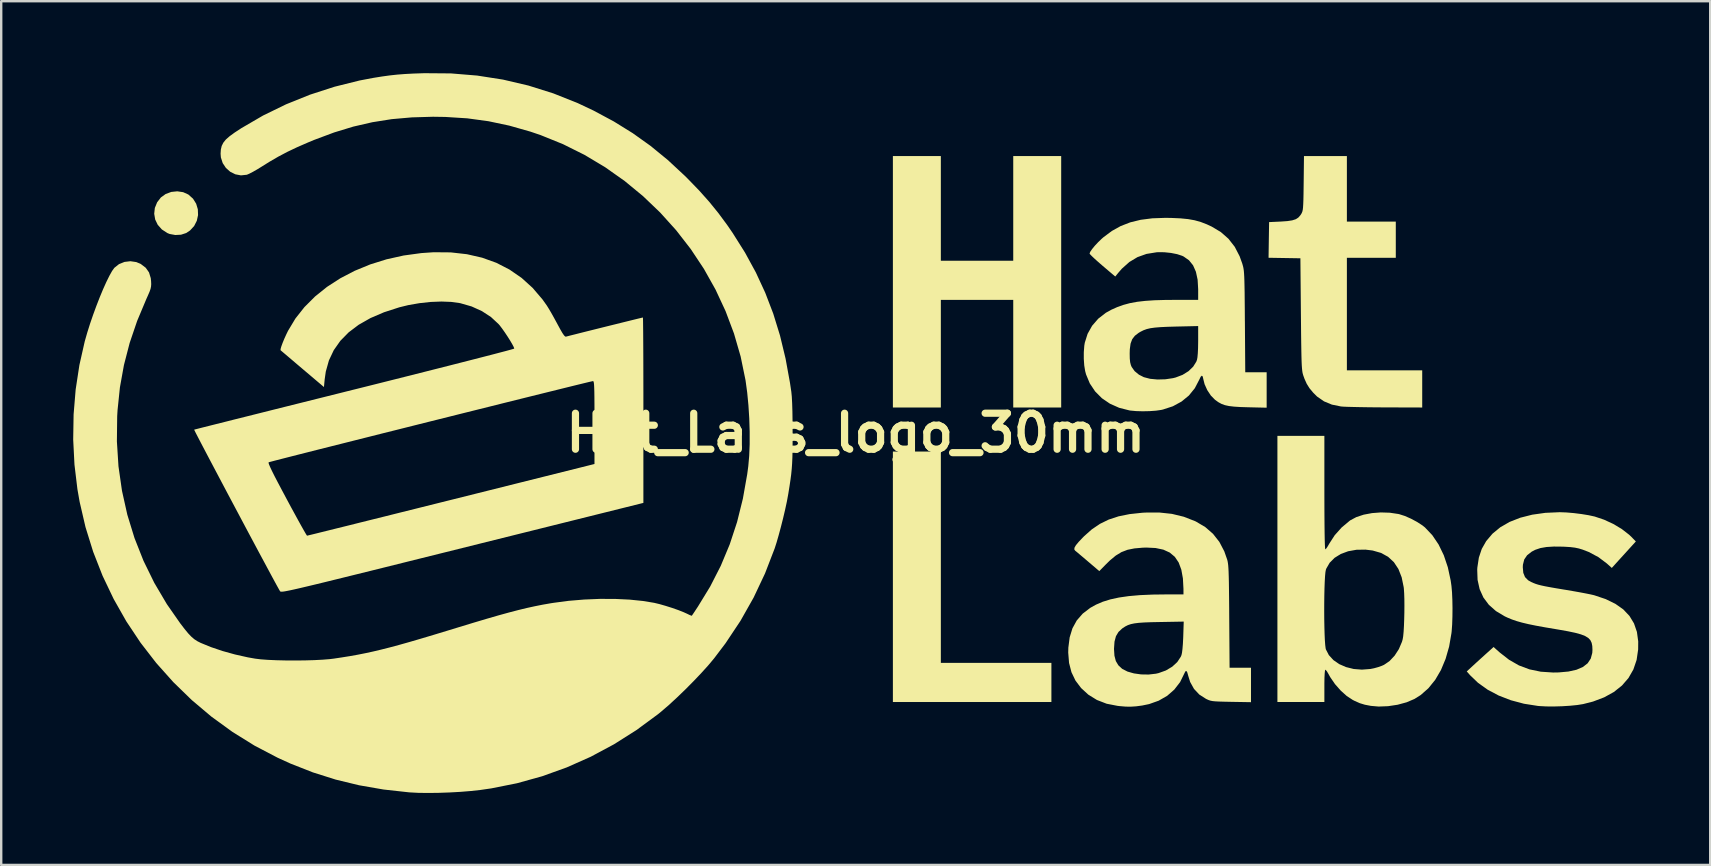
<source format=kicad_pcb>
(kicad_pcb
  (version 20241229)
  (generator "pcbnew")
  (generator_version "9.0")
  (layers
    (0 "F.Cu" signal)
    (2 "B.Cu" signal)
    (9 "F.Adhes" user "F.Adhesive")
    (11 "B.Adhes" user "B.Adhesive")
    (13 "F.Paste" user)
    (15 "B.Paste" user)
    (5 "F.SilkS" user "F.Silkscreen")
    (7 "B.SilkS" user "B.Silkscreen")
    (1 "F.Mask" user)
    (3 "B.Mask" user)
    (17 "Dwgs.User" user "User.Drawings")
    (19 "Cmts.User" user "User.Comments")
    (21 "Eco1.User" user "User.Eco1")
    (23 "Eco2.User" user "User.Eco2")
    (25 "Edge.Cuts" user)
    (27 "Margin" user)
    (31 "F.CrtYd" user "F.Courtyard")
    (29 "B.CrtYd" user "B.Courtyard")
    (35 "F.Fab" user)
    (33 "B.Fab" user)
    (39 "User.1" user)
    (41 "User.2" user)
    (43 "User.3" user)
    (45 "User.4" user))
  (footprint "Hat_Labs_logo_30mm"
    (layer "F.Cu")
    (at 32.608 14.991)
    (property "Reference" "Hat_Labs_logo_30mm" (at 0 0 0) (layer "F.SilkS") (effects (font (size 1.5 1.5) (thickness 0.3))))
    (attr board_only exclude_from_pos_files exclude_from_bom)
    (fp_poly (pts (xy 3.547 5.178) (xy 3.547 9.581) (xy 5.851 9.581) (xy 8.154 9.581) (xy 8.154 10.396) (xy 8.154 11.212) (xy 4.852 11.212) (xy 1.549 11.212) (xy 1.549 5.993) (xy 1.549 0.775) (xy 2.548 0.775) (xy 3.547 0.775)) (stroke (width 0) (type solid)) (fill yes) (layer "F.SilkS"))
    (fp_poly (pts (xy -28.026 -10.033) (xy -27.809 -9.935) (xy -27.615 -9.762) (xy -27.484 -9.552) (xy -27.414 -9.32) (xy -27.405 -9.078) (xy -27.457 -8.841) (xy -27.568 -8.623) (xy -27.738 -8.438) (xy -27.901 -8.33) (xy -28.114 -8.261) (xy -28.353 -8.248) (xy -28.588 -8.291) (xy -28.682 -8.329) (xy -28.913 -8.479) (xy -29.084 -8.671) (xy -29.191 -8.893) (xy -29.232 -9.133) (xy -29.206 -9.376) (xy -29.11 -9.611) (xy -28.954 -9.813) (xy -28.756 -9.956) (xy -28.522 -10.043) (xy -28.271 -10.069)) (stroke (width 0) (type solid)) (fill yes) (layer "F.SilkS"))
    (fp_poly (pts (xy 3.547 -9.357) (xy 3.547 -7.176) (xy 5.056 -7.176) (xy 6.564 -7.176) (xy 6.564 -9.357) (xy 6.564 -11.538) (xy 7.563 -11.538) (xy 8.562 -11.538) (xy 8.562 -6.299) (xy 8.562 -1.06) (xy 7.563 -1.06) (xy 6.564 -1.06) (xy 6.564 -3.302) (xy 6.564 -5.545) (xy 5.056 -5.545) (xy 3.547 -5.545) (xy 3.547 -3.302) (xy 3.547 -1.06) (xy 2.548 -1.06) (xy 1.549 -1.06) (xy 1.549 -6.299) (xy 1.549 -11.538) (xy 2.548 -11.538) (xy 3.547 -11.538)) (stroke (width 0) (type solid)) (fill yes) (layer "F.SilkS"))
    (fp_poly (pts (xy 20.467 -10.172) (xy 20.467 -8.806) (xy 21.486 -8.806) (xy 22.505 -8.806) (xy 22.505 -8.052) (xy 22.505 -7.298) (xy 21.486 -7.298) (xy 20.467 -7.298) (xy 20.467 -4.954) (xy 20.467 -2.609) (xy 22.036 -2.609) (xy 23.606 -2.609) (xy 23.606 -1.835) (xy 23.606 -1.06) (xy 22.047 -1.065) (xy 21.686 -1.067) (xy 21.34 -1.071) (xy 21.021 -1.076) (xy 20.739 -1.082) (xy 20.505 -1.088) (xy 20.33 -1.095) (xy 20.225 -1.103) (xy 20.222 -1.103) (xy 19.841 -1.181) (xy 19.513 -1.317) (xy 19.226 -1.516) (xy 19.062 -1.679) (xy 18.909 -1.863) (xy 18.795 -2.045) (xy 18.701 -2.254) (xy 18.647 -2.405) (xy 18.631 -2.459) (xy 18.617 -2.521) (xy 18.606 -2.597) (xy 18.596 -2.695) (xy 18.587 -2.821) (xy 18.58 -2.982) (xy 18.574 -3.186) (xy 18.569 -3.438) (xy 18.564 -3.746) (xy 18.559 -4.117) (xy 18.555 -4.556) (xy 18.551 -4.954) (xy 18.53 -7.278) (xy 17.867 -7.289) (xy 17.203 -7.3) (xy 17.214 -8.043) (xy 17.226 -8.786) (xy 17.719 -8.809) (xy 17.986 -8.828) (xy 18.186 -8.858) (xy 18.334 -8.905) (xy 18.444 -8.975) (xy 18.531 -9.074) (xy 18.57 -9.134) (xy 18.594 -9.181) (xy 18.614 -9.234) (xy 18.629 -9.304) (xy 18.64 -9.401) (xy 18.648 -9.535) (xy 18.655 -9.716) (xy 18.66 -9.954) (xy 18.664 -10.26) (xy 18.666 -10.407) (xy 18.679 -11.538) (xy 19.573 -11.538) (xy 20.467 -11.538)) (stroke (width 0) (type solid)) (fill yes) (layer "F.SilkS"))
    (fp_poly (pts (xy 19.529 2.487) (xy 19.53 2.993) (xy 19.532 3.447) (xy 19.535 3.845) (xy 19.539 4.183) (xy 19.544 4.457) (xy 19.55 4.662) (xy 19.558 4.794) (xy 19.566 4.85) (xy 19.567 4.852) (xy 19.605 4.818) (xy 19.665 4.731) (xy 19.735 4.61) (xy 19.96 4.262) (xy 20.249 3.939) (xy 20.581 3.661) (xy 20.612 3.639) (xy 20.862 3.506) (xy 21.169 3.405) (xy 21.515 3.34) (xy 21.883 3.312) (xy 22.255 3.324) (xy 22.611 3.377) (xy 22.654 3.387) (xy 22.882 3.46) (xy 23.139 3.573) (xy 23.393 3.709) (xy 23.616 3.854) (xy 23.721 3.938) (xy 24.026 4.26) (xy 24.288 4.648) (xy 24.505 5.096) (xy 24.674 5.599) (xy 24.793 6.153) (xy 24.825 6.381) (xy 24.848 6.64) (xy 24.862 6.955) (xy 24.868 7.299) (xy 24.865 7.648) (xy 24.854 7.976) (xy 24.834 8.257) (xy 24.825 8.338) (xy 24.728 8.9) (xy 24.58 9.416) (xy 24.386 9.881) (xy 24.146 10.29) (xy 23.864 10.638) (xy 23.543 10.921) (xy 23.282 11.085) (xy 22.955 11.224) (xy 22.58 11.326) (xy 22.182 11.386) (xy 21.788 11.401) (xy 21.468 11.373) (xy 21.216 11.325) (xy 21.003 11.26) (xy 20.787 11.164) (xy 20.709 11.124) (xy 20.458 10.959) (xy 20.207 10.733) (xy 19.972 10.466) (xy 19.772 10.175) (xy 19.697 10.039) (xy 19.637 9.937) (xy 19.586 9.875) (xy 19.569 9.866) (xy 19.554 9.906) (xy 19.542 10.019) (xy 19.533 10.198) (xy 19.529 10.435) (xy 19.529 10.539) (xy 19.529 11.212) (xy 18.551 11.212) (xy 17.572 11.212) (xy 17.572 7.435) (xy 19.522 7.435) (xy 19.524 7.768) (xy 19.53 8.087) (xy 19.538 8.378) (xy 19.549 8.631) (xy 19.564 8.834) (xy 19.581 8.973) (xy 19.592 9.019) (xy 19.716 9.258) (xy 19.904 9.464) (xy 20.146 9.632) (xy 20.433 9.757) (xy 20.751 9.836) (xy 21.092 9.863) (xy 21.444 9.836) (xy 21.599 9.805) (xy 21.765 9.759) (xy 21.924 9.703) (xy 22.012 9.664) (xy 22.246 9.504) (xy 22.457 9.279) (xy 22.633 9.007) (xy 22.762 8.704) (xy 22.792 8.598) (xy 22.813 8.473) (xy 22.831 8.282) (xy 22.845 8.043) (xy 22.855 7.77) (xy 22.862 7.482) (xy 22.864 7.193) (xy 22.862 6.92) (xy 22.854 6.679) (xy 22.841 6.487) (xy 22.834 6.426) (xy 22.75 6.016) (xy 22.614 5.669) (xy 22.425 5.384) (xy 22.184 5.161) (xy 21.889 4.999) (xy 21.541 4.899) (xy 21.241 4.862) (xy 20.865 4.868) (xy 20.519 4.93) (xy 20.212 5.044) (xy 19.953 5.205) (xy 19.75 5.409) (xy 19.61 5.651) (xy 19.592 5.699) (xy 19.573 5.799) (xy 19.557 5.968) (xy 19.544 6.195) (xy 19.534 6.467) (xy 19.527 6.772) (xy 19.523 7.099) (xy 19.522 7.435) (xy 17.572 7.435) (xy 17.572 5.667) (xy 17.572 0.122) (xy 18.551 0.122) (xy 19.529 0.122)) (stroke (width 0) (type solid)) (fill yes) (layer "F.SilkS"))
    (fp_poly (pts (xy 29.343 3.303) (xy 29.616 3.313) (xy 29.927 3.34) (xy 30.246 3.38) (xy 30.544 3.429) (xy 30.791 3.483) (xy 30.795 3.484) (xy 31.185 3.615) (xy 31.568 3.792) (xy 31.922 4.004) (xy 32.225 4.239) (xy 32.328 4.337) (xy 32.508 4.522) (xy 32.348 4.698) (xy 32.256 4.799) (xy 32.127 4.941) (xy 31.979 5.104) (xy 31.847 5.249) (xy 31.506 5.625) (xy 31.3 5.44) (xy 30.951 5.177) (xy 30.549 4.962) (xy 30.296 4.864) (xy 30.133 4.814) (xy 29.972 4.78) (xy 29.787 4.757) (xy 29.554 4.742) (xy 29.462 4.738) (xy 29.091 4.734) (xy 28.785 4.753) (xy 28.532 4.797) (xy 28.318 4.869) (xy 28.168 4.947) (xy 27.977 5.096) (xy 27.857 5.273) (xy 27.802 5.493) (xy 27.797 5.598) (xy 27.818 5.83) (xy 27.89 6.007) (xy 28.021 6.14) (xy 28.146 6.211) (xy 28.241 6.253) (xy 28.336 6.29) (xy 28.441 6.323) (xy 28.567 6.355) (xy 28.725 6.389) (xy 28.927 6.427) (xy 29.184 6.472) (xy 29.507 6.526) (xy 29.62 6.544) (xy 29.899 6.592) (xy 30.169 6.64) (xy 30.412 6.686) (xy 30.612 6.726) (xy 30.753 6.758) (xy 30.782 6.766) (xy 31.255 6.925) (xy 31.655 7.121) (xy 31.984 7.353) (xy 32.242 7.625) (xy 32.431 7.937) (xy 32.553 8.291) (xy 32.607 8.688) (xy 32.604 9.023) (xy 32.54 9.46) (xy 32.405 9.856) (xy 32.201 10.212) (xy 31.93 10.525) (xy 31.592 10.794) (xy 31.189 11.017) (xy 30.724 11.193) (xy 30.313 11.298) (xy 30.07 11.337) (xy 29.771 11.367) (xy 29.439 11.388) (xy 29.099 11.398) (xy 28.775 11.396) (xy 28.492 11.381) (xy 28.426 11.375) (xy 27.846 11.284) (xy 27.299 11.138) (xy 26.792 10.942) (xy 26.333 10.699) (xy 25.931 10.412) (xy 25.604 10.098) (xy 25.462 9.937) (xy 25.727 9.693) (xy 25.886 9.547) (xy 26.072 9.378) (xy 26.249 9.218) (xy 26.286 9.185) (xy 26.58 8.92) (xy 26.832 9.145) (xy 27.225 9.452) (xy 27.636 9.687) (xy 28.074 9.851) (xy 28.547 9.949) (xy 29.062 9.983) (xy 29.294 9.979) (xy 29.701 9.942) (xy 30.036 9.867) (xy 30.302 9.752) (xy 30.5 9.598) (xy 30.629 9.403) (xy 30.693 9.166) (xy 30.7 9.039) (xy 30.693 8.88) (xy 30.666 8.746) (xy 30.613 8.635) (xy 30.525 8.542) (xy 30.396 8.463) (xy 30.218 8.393) (xy 29.984 8.329) (xy 29.686 8.266) (xy 29.317 8.2) (xy 29.164 8.174) (xy 28.72 8.099) (xy 28.347 8.031) (xy 28.033 7.967) (xy 27.768 7.904) (xy 27.542 7.84) (xy 27.344 7.772) (xy 27.163 7.697) (xy 27.044 7.641) (xy 26.678 7.422) (xy 26.382 7.16) (xy 26.155 6.856) (xy 25.999 6.51) (xy 25.913 6.124) (xy 25.898 5.697) (xy 25.904 5.606) (xy 25.966 5.195) (xy 26.087 4.833) (xy 26.273 4.506) (xy 26.531 4.202) (xy 26.537 4.196) (xy 26.86 3.93) (xy 27.246 3.708) (xy 27.691 3.533) (xy 28.191 3.406) (xy 28.738 3.329) (xy 29.33 3.303)) (stroke (width 0) (type solid)) (fill yes) (layer "F.SilkS"))
    (fp_poly (pts (xy 13.176 3.372) (xy 13.671 3.492) (xy 14.143 3.676) (xy 14.182 3.695) (xy 14.565 3.922) (xy 14.888 4.203) (xy 15.153 4.54) (xy 15.359 4.934) (xy 15.48 5.28) (xy 15.496 5.343) (xy 15.509 5.418) (xy 15.521 5.512) (xy 15.53 5.631) (xy 15.538 5.784) (xy 15.544 5.978) (xy 15.55 6.219) (xy 15.554 6.515) (xy 15.558 6.872) (xy 15.562 7.299) (xy 15.564 7.655) (xy 15.579 9.785) (xy 16.025 9.785) (xy 16.471 9.785) (xy 16.471 10.502) (xy 16.471 11.219) (xy 15.646 11.205) (xy 15.365 11.199) (xy 15.152 11.193) (xy 14.994 11.185) (xy 14.877 11.174) (xy 14.787 11.157) (xy 14.712 11.133) (xy 14.637 11.1) (xy 14.596 11.08) (xy 14.317 10.901) (xy 14.096 10.665) (xy 13.936 10.377) (xy 13.857 10.124) (xy 13.817 9.981) (xy 13.779 9.918) (xy 13.738 9.933) (xy 13.695 10.019) (xy 13.517 10.382) (xy 13.275 10.695) (xy 12.977 10.955) (xy 12.625 11.157) (xy 12.225 11.299) (xy 11.938 11.358) (xy 11.684 11.392) (xy 11.467 11.406) (xy 11.253 11.404) (xy 11.006 11.383) (xy 10.909 11.372) (xy 10.457 11.284) (xy 10.051 11.127) (xy 9.691 10.904) (xy 9.39 10.628) (xy 9.156 10.317) (xy 8.99 9.97) (xy 8.89 9.584) (xy 8.855 9.152) (xy 8.859 9.003) (xy 10.763 9.003) (xy 10.781 9.284) (xy 10.839 9.505) (xy 10.942 9.68) (xy 11.097 9.824) (xy 11.113 9.835) (xy 11.326 9.944) (xy 11.593 10.02) (xy 11.894 10.062) (xy 12.206 10.067) (xy 12.51 10.032) (xy 12.62 10.007) (xy 12.924 9.898) (xy 13.188 9.741) (xy 13.399 9.547) (xy 13.546 9.325) (xy 13.575 9.255) (xy 13.596 9.16) (xy 13.616 9.001) (xy 13.633 8.795) (xy 13.645 8.559) (xy 13.648 8.487) (xy 13.668 7.861) (xy 12.674 7.879) (xy 12.314 7.886) (xy 12.025 7.897) (xy 11.794 7.913) (xy 11.61 7.936) (xy 11.463 7.967) (xy 11.34 8.009) (xy 11.231 8.064) (xy 11.124 8.134) (xy 11.103 8.149) (xy 10.949 8.293) (xy 10.844 8.469) (xy 10.784 8.693) (xy 10.764 8.977) (xy 10.763 9.003) (xy 8.859 9.003) (xy 8.86 8.949) (xy 8.915 8.519) (xy 9.031 8.141) (xy 9.212 7.812) (xy 9.459 7.529) (xy 9.774 7.288) (xy 10.013 7.155) (xy 10.294 7.034) (xy 10.61 6.936) (xy 10.969 6.858) (xy 11.378 6.799) (xy 11.846 6.758) (xy 12.379 6.735) (xy 12.955 6.728) (xy 13.658 6.727) (xy 13.657 6.493) (xy 13.634 6.061) (xy 13.568 5.697) (xy 13.457 5.399) (xy 13.297 5.162) (xy 13.086 4.985) (xy 12.819 4.863) (xy 12.495 4.795) (xy 12.109 4.776) (xy 11.961 4.781) (xy 11.615 4.811) (xy 11.326 4.869) (xy 11.073 4.966) (xy 10.836 5.11) (xy 10.594 5.311) (xy 10.426 5.475) (xy 10.15 5.757) (xy 9.678 5.355) (xy 9.509 5.211) (xy 9.357 5.083) (xy 9.237 4.981) (xy 9.159 4.917) (xy 9.142 4.903) (xy 9.108 4.852) (xy 9.117 4.78) (xy 9.175 4.679) (xy 9.286 4.544) (xy 9.455 4.366) (xy 9.519 4.301) (xy 9.838 4.018) (xy 10.176 3.789) (xy 10.544 3.609) (xy 10.953 3.475) (xy 11.412 3.382) (xy 11.934 3.326) (xy 12.068 3.318) (xy 12.645 3.315)) (stroke (width 0) (type solid)) (fill yes) (layer "F.SilkS"))
    (fp_poly (pts (xy 13.159 -8.959) (xy 13.535 -8.942) (xy 13.85 -8.911) (xy 14.124 -8.862) (xy 14.377 -8.791) (xy 14.629 -8.694) (xy 14.833 -8.599) (xy 15.213 -8.372) (xy 15.532 -8.092) (xy 15.794 -7.756) (xy 15.998 -7.362) (xy 16.109 -7.053) (xy 16.129 -6.982) (xy 16.147 -6.914) (xy 16.161 -6.839) (xy 16.173 -6.752) (xy 16.182 -6.643) (xy 16.19 -6.506) (xy 16.196 -6.333) (xy 16.201 -6.116) (xy 16.206 -5.849) (xy 16.209 -5.523) (xy 16.213 -5.131) (xy 16.216 -4.665) (xy 16.217 -4.638) (xy 16.232 -2.528) (xy 16.678 -2.528) (xy 17.124 -2.528) (xy 17.124 -1.79) (xy 17.124 -1.052) (xy 16.359 -1.07) (xy 16.026 -1.08) (xy 15.762 -1.097) (xy 15.551 -1.122) (xy 15.382 -1.159) (xy 15.239 -1.212) (xy 15.111 -1.282) (xy 14.983 -1.374) (xy 14.969 -1.385) (xy 14.798 -1.559) (xy 14.649 -1.784) (xy 14.538 -2.029) (xy 14.485 -2.239) (xy 14.459 -2.353) (xy 14.422 -2.387) (xy 14.374 -2.341) (xy 14.315 -2.218) (xy 14.13 -1.864) (xy 13.882 -1.558) (xy 13.575 -1.307) (xy 13.215 -1.111) (xy 12.806 -0.977) (xy 12.728 -0.959) (xy 12.511 -0.928) (xy 12.245 -0.909) (xy 11.958 -0.903) (xy 11.681 -0.911) (xy 11.445 -0.933) (xy 11.406 -0.939) (xy 10.977 -1.048) (xy 10.593 -1.219) (xy 10.257 -1.448) (xy 9.976 -1.731) (xy 9.755 -2.062) (xy 9.599 -2.437) (xy 9.561 -2.578) (xy 9.523 -2.811) (xy 9.504 -3.088) (xy 9.504 -3.309) (xy 11.416 -3.309) (xy 11.42 -3.1) (xy 11.435 -2.948) (xy 11.465 -2.83) (xy 11.499 -2.749) (xy 11.621 -2.577) (xy 11.803 -2.427) (xy 12.006 -2.324) (xy 12.267 -2.256) (xy 12.574 -2.227) (xy 12.901 -2.236) (xy 13.22 -2.283) (xy 13.331 -2.311) (xy 13.619 -2.42) (xy 13.867 -2.574) (xy 14.062 -2.762) (xy 14.194 -2.974) (xy 14.222 -3.052) (xy 14.24 -3.153) (xy 14.255 -3.318) (xy 14.265 -3.529) (xy 14.269 -3.768) (xy 14.27 -3.832) (xy 14.27 -4.454) (xy 13.342 -4.433) (xy 12.985 -4.423) (xy 12.696 -4.409) (xy 12.465 -4.39) (xy 12.279 -4.364) (xy 12.126 -4.328) (xy 11.994 -4.28) (xy 11.87 -4.218) (xy 11.79 -4.171) (xy 11.631 -4.049) (xy 11.521 -3.905) (xy 11.453 -3.722) (xy 11.421 -3.486) (xy 11.416 -3.309) (xy 9.504 -3.309) (xy 9.505 -3.375) (xy 9.525 -3.637) (xy 9.545 -3.759) (xy 9.663 -4.132) (xy 9.852 -4.468) (xy 10.107 -4.762) (xy 10.424 -5.008) (xy 10.647 -5.132) (xy 10.899 -5.245) (xy 11.155 -5.336) (xy 11.426 -5.409) (xy 11.724 -5.464) (xy 12.061 -5.503) (xy 12.446 -5.529) (xy 12.893 -5.542) (xy 13.3 -5.545) (xy 14.27 -5.545) (xy 14.27 -5.992) (xy 14.247 -6.386) (xy 14.176 -6.716) (xy 14.057 -6.985) (xy 13.888 -7.195) (xy 13.667 -7.35) (xy 13.601 -7.382) (xy 13.394 -7.45) (xy 13.137 -7.501) (xy 12.861 -7.53) (xy 12.596 -7.532) (xy 12.535 -7.528) (xy 12.115 -7.46) (xy 11.74 -7.326) (xy 11.402 -7.123) (xy 11.092 -6.846) (xy 10.941 -6.673) (xy 10.815 -6.518) (xy 10.279 -6.973) (xy 10.104 -7.125) (xy 9.953 -7.261) (xy 9.836 -7.372) (xy 9.764 -7.447) (xy 9.744 -7.476) (xy 9.773 -7.55) (xy 9.851 -7.663) (xy 9.964 -7.801) (xy 10.102 -7.949) (xy 10.251 -8.092) (xy 10.328 -8.159) (xy 10.674 -8.417) (xy 11.041 -8.621) (xy 11.438 -8.775) (xy 11.875 -8.882) (xy 12.361 -8.944) (xy 12.906 -8.963)) (stroke (width 0) (type solid)) (fill yes) (layer "F.SilkS"))
    (fp_poly (pts (xy -16.876 -7.524) (xy -16.201 -7.448) (xy -15.567 -7.303) (xy -14.975 -7.09) (xy -14.427 -6.808) (xy -13.922 -6.46) (xy -13.463 -6.044) (xy -13.052 -5.563) (xy -12.871 -5.308) (xy -12.795 -5.186) (xy -12.692 -5.012) (xy -12.577 -4.807) (xy -12.46 -4.592) (xy -12.429 -4.534) (xy -12.31 -4.315) (xy -12.221 -4.162) (xy -12.155 -4.066) (xy -12.107 -4.019) (xy -12.074 -4.013) (xy -12.016 -4.028) (xy -11.89 -4.061) (xy -11.709 -4.106) (xy -11.481 -4.164) (xy -11.218 -4.23) (xy -10.929 -4.302) (xy -10.625 -4.378) (xy -10.316 -4.455) (xy -10.012 -4.53) (xy -9.723 -4.602) (xy -9.46 -4.667) (xy -9.233 -4.723) (xy -9.053 -4.767) (xy -8.929 -4.797) (xy -8.871 -4.81) (xy -8.868 -4.811) (xy -8.865 -4.771) (xy -8.862 -4.655) (xy -8.86 -4.469) (xy -8.857 -4.218) (xy -8.855 -3.908) (xy -8.853 -3.545) (xy -8.851 -3.134) (xy -8.85 -2.68) (xy -8.849 -2.19) (xy -8.848 -1.668) (xy -8.848 -1.122) (xy -8.848 -0.948) (xy -8.848 2.915) (xy -16.393 4.795) (xy -17.3 5.021) (xy -18.132 5.228) (xy -18.891 5.417) (xy -19.581 5.589) (xy -20.205 5.744) (xy -20.767 5.883) (xy -21.269 6.007) (xy -21.716 6.117) (xy -22.11 6.214) (xy -22.455 6.298) (xy -22.755 6.37) (xy -23.012 6.431) (xy -23.229 6.482) (xy -23.411 6.523) (xy -23.561 6.556) (xy -23.681 6.58) (xy -23.775 6.598) (xy -23.847 6.609) (xy -23.9 6.614) (xy -23.937 6.615) (xy -23.962 6.612) (xy -23.977 6.606) (xy -23.986 6.597) (xy -23.992 6.589) (xy -24.033 6.518) (xy -24.107 6.385) (xy -24.211 6.195) (xy -24.341 5.955) (xy -24.494 5.67) (xy -24.668 5.346) (xy -24.859 4.991) (xy -25.063 4.609) (xy -25.278 4.207) (xy -25.5 3.79) (xy -25.725 3.366) (xy -25.952 2.94) (xy -26.176 2.518) (xy -26.394 2.106) (xy -26.603 1.711) (xy -26.8 1.338) (xy -26.846 1.251) (xy -24.467 1.251) (xy -24.446 1.317) (xy -24.399 1.427) (xy -24.324 1.586) (xy -24.218 1.798) (xy -24.078 2.067) (xy -23.903 2.398) (xy -23.705 2.769) (xy -23.532 3.091) (xy -23.369 3.389) (xy -23.223 3.657) (xy -23.095 3.887) (xy -22.992 4.07) (xy -22.916 4.201) (xy -22.872 4.271) (xy -22.863 4.281) (xy -22.82 4.271) (xy -22.703 4.243) (xy -22.515 4.197) (xy -22.262 4.134) (xy -21.946 4.056) (xy -21.573 3.963) (xy -21.147 3.858) (xy -20.673 3.739) (xy -20.154 3.61) (xy -19.594 3.471) (xy -19 3.322) (xy -18.373 3.166) (xy -17.72 3.003) (xy -17.044 2.834) (xy -16.858 2.788) (xy -10.886 1.294) (xy -10.886 -0.433) (xy -10.886 -0.858) (xy -10.887 -1.207) (xy -10.889 -1.49) (xy -10.892 -1.711) (xy -10.897 -1.879) (xy -10.903 -2.001) (xy -10.911 -2.083) (xy -10.922 -2.132) (xy -10.935 -2.156) (xy -10.948 -2.161) (xy -10.995 -2.151) (xy -11.117 -2.123) (xy -11.307 -2.077) (xy -11.561 -2.015) (xy -11.874 -1.938) (xy -12.242 -1.847) (xy -12.658 -1.744) (xy -13.119 -1.63) (xy -13.619 -1.506) (xy -14.153 -1.373) (xy -14.716 -1.233) (xy -15.303 -1.086) (xy -15.909 -0.935) (xy -16.53 -0.78) (xy -17.16 -0.622) (xy -17.794 -0.464) (xy -18.428 -0.305) (xy -19.056 -0.147) (xy -19.673 0.007) (xy -20.275 0.159) (xy -20.856 0.305) (xy -21.411 0.445) (xy -21.936 0.577) (xy -22.425 0.7) (xy -22.874 0.814) (xy -23.277 0.916) (xy -23.63 1.006) (xy -23.927 1.082) (xy -24.164 1.143) (xy -24.335 1.188) (xy -24.436 1.215) (xy -24.463 1.223) (xy -24.467 1.251) (xy -26.846 1.251) (xy -26.982 0.993) (xy -27.145 0.683) (xy -27.286 0.414) (xy -27.402 0.191) (xy -27.49 0.021) (xy -27.546 -0.09) (xy -27.567 -0.136) (xy -27.567 -0.137) (xy -27.525 -0.148) (xy -27.408 -0.178) (xy -27.221 -0.226) (xy -26.966 -0.29) (xy -26.649 -0.37) (xy -26.273 -0.464) (xy -25.843 -0.573) (xy -25.362 -0.693) (xy -24.835 -0.825) (xy -24.266 -0.968) (xy -23.659 -1.12) (xy -23.018 -1.28) (xy -22.347 -1.448) (xy -21.65 -1.622) (xy -20.932 -1.802) (xy -20.885 -1.813) (xy -20.165 -1.993) (xy -19.468 -2.168) (xy -18.796 -2.337) (xy -18.154 -2.499) (xy -17.546 -2.653) (xy -16.976 -2.797) (xy -16.448 -2.932) (xy -15.966 -3.055) (xy -15.534 -3.166) (xy -15.157 -3.263) (xy -14.838 -3.347) (xy -14.582 -3.414) (xy -14.392 -3.466) (xy -14.273 -3.5) (xy -14.229 -3.515) (xy -14.229 -3.515) (xy -14.251 -3.581) (xy -14.312 -3.697) (xy -14.4 -3.848) (xy -14.507 -4.017) (xy -14.622 -4.19) (xy -14.735 -4.35) (xy -14.836 -4.483) (xy -14.883 -4.537) (xy -15.2 -4.831) (xy -15.577 -5.077) (xy -16.005 -5.271) (xy -16.474 -5.406) (xy -16.486 -5.409) (xy -16.846 -5.46) (xy -17.261 -5.476) (xy -17.711 -5.459) (xy -18.179 -5.408) (xy -18.644 -5.327) (xy -19.019 -5.235) (xy -19.656 -5.029) (xy -20.22 -4.787) (xy -20.711 -4.508) (xy -21.129 -4.192) (xy -21.476 -3.839) (xy -21.75 -3.449) (xy -21.952 -3.022) (xy -22.082 -2.558) (xy -22.129 -2.23) (xy -22.159 -1.913) (xy -23.056 -2.673) (xy -23.286 -2.868) (xy -23.495 -3.046) (xy -23.675 -3.199) (xy -23.819 -3.321) (xy -23.918 -3.405) (xy -23.965 -3.445) (xy -23.967 -3.447) (xy -23.966 -3.496) (xy -23.936 -3.603) (xy -23.882 -3.752) (xy -23.81 -3.927) (xy -23.726 -4.112) (xy -23.655 -4.257) (xy -23.348 -4.768) (xy -22.972 -5.244) (xy -22.531 -5.685) (xy -22.032 -6.086) (xy -21.478 -6.444) (xy -20.877 -6.757) (xy -20.233 -7.022) (xy -19.552 -7.235) (xy -18.839 -7.394) (xy -18.101 -7.495) (xy -17.589 -7.53)) (stroke (width 0) (type solid)) (fill yes) (layer "F.SilkS"))
    (fp_poly (pts (xy -16.866 -14.982) (xy -15.773 -14.892) (xy -14.697 -14.724) (xy -13.639 -14.476) (xy -12.602 -14.15) (xy -11.587 -13.746) (xy -10.926 -13.434) (xy -10.078 -12.979) (xy -9.291 -12.491) (xy -8.547 -11.96) (xy -7.83 -11.373) (xy -7.126 -10.719) (xy -6.99 -10.584) (xy -6.519 -10.097) (xy -6.102 -9.629) (xy -5.719 -9.157) (xy -5.352 -8.66) (xy -5.127 -8.332) (xy -4.612 -7.514) (xy -4.161 -6.687) (xy -3.77 -5.842) (xy -3.436 -4.97) (xy -3.155 -4.059) (xy -2.924 -3.102) (xy -2.739 -2.087) (xy -2.683 -1.712) (xy -2.664 -1.516) (xy -2.649 -1.24) (xy -2.638 -0.887) (xy -2.632 -0.458) (xy -2.63 0) (xy -2.63 0.4) (xy -2.633 0.734) (xy -2.639 1.018) (xy -2.65 1.266) (xy -2.666 1.494) (xy -2.688 1.719) (xy -2.719 1.954) (xy -2.758 2.216) (xy -2.807 2.52) (xy -2.819 2.589) (xy -2.87 2.865) (xy -2.941 3.193) (xy -3.025 3.55) (xy -3.117 3.914) (xy -3.211 4.263) (xy -3.301 4.575) (xy -3.377 4.811) (xy -3.779 5.853) (xy -4.254 6.859) (xy -4.802 7.829) (xy -5.424 8.763) (xy -5.9 9.392) (xy -6.141 9.68) (xy -6.432 10.002) (xy -6.757 10.344) (xy -7.101 10.691) (xy -7.45 11.027) (xy -7.787 11.337) (xy -8.099 11.606) (xy -8.236 11.718) (xy -9.136 12.381) (xy -10.072 12.973) (xy -11.04 13.492) (xy -12.039 13.936) (xy -13.064 14.305) (xy -14.114 14.597) (xy -15.185 14.811) (xy -15.656 14.879) (xy -16.044 14.921) (xy -16.475 14.956) (xy -16.929 14.981) (xy -17.386 14.997) (xy -17.825 15.002) (xy -18.227 14.997) (xy -18.571 14.979) (xy -18.612 14.976) (xy -19.678 14.858) (xy -20.695 14.681) (xy -21.672 14.444) (xy -22.621 14.144) (xy -23.552 13.778) (xy -24.088 13.534) (xy -25.053 13.029) (xy -25.973 12.457) (xy -26.845 11.824) (xy -27.666 11.132) (xy -28.434 10.385) (xy -29.147 9.587) (xy -29.801 8.741) (xy -30.393 7.852) (xy -30.921 6.921) (xy -31.383 5.954) (xy -31.775 4.954) (xy -32.095 3.925) (xy -32.34 2.869) (xy -32.432 2.344) (xy -32.555 1.318) (xy -32.608 0.275) (xy -32.591 -0.772) (xy -32.505 -1.81) (xy -32.35 -2.827) (xy -32.128 -3.81) (xy -32.122 -3.832) (xy -32.022 -4.182) (xy -31.906 -4.55) (xy -31.777 -4.926) (xy -31.64 -5.299) (xy -31.5 -5.659) (xy -31.36 -5.995) (xy -31.225 -6.295) (xy -31.099 -6.55) (xy -30.988 -6.748) (xy -30.894 -6.879) (xy -30.889 -6.884) (xy -30.699 -7.035) (xy -30.47 -7.127) (xy -30.223 -7.156) (xy -29.977 -7.12) (xy -29.792 -7.041) (xy -29.585 -6.883) (xy -29.449 -6.69) (xy -29.376 -6.452) (xy -29.362 -6.322) (xy -29.357 -6.202) (xy -29.364 -6.102) (xy -29.385 -6.002) (xy -29.428 -5.881) (xy -29.498 -5.719) (xy -29.554 -5.595) (xy -29.943 -4.668) (xy -30.255 -3.75) (xy -30.493 -2.831) (xy -30.661 -1.9) (xy -30.76 -0.947) (xy -30.775 -0.693) (xy -30.787 0.356) (xy -30.721 1.391) (xy -30.575 2.409) (xy -30.353 3.406) (xy -30.053 4.381) (xy -29.678 5.329) (xy -29.228 6.248) (xy -28.705 7.134) (xy -28.15 7.93) (xy -27.966 8.17) (xy -27.814 8.354) (xy -27.682 8.492) (xy -27.559 8.597) (xy -27.432 8.679) (xy -27.296 8.748) (xy -26.869 8.923) (xy -26.384 9.087) (xy -25.865 9.231) (xy -25.335 9.35) (xy -25.025 9.405) (xy -24.788 9.434) (xy -24.486 9.456) (xy -24.136 9.471) (xy -23.753 9.48) (xy -23.354 9.482) (xy -22.955 9.478) (xy -22.572 9.467) (xy -22.223 9.449) (xy -21.922 9.425) (xy -21.751 9.404) (xy -21.404 9.352) (xy -21.075 9.299) (xy -20.756 9.242) (xy -20.439 9.179) (xy -20.116 9.109) (xy -19.779 9.029) (xy -19.419 8.938) (xy -19.028 8.833) (xy -18.598 8.712) (xy -18.122 8.573) (xy -17.59 8.414) (xy -16.994 8.233) (xy -16.532 8.092) (xy -15.921 7.906) (xy -15.377 7.744) (xy -14.893 7.604) (xy -14.458 7.484) (xy -14.063 7.381) (xy -13.701 7.293) (xy -13.361 7.219) (xy -13.035 7.154) (xy -12.713 7.098) (xy -12.592 7.079) (xy -11.963 6.996) (xy -11.316 6.942) (xy -10.667 6.915) (xy -10.031 6.916) (xy -9.425 6.945) (xy -8.864 7.002) (xy -8.399 7.079) (xy -8.177 7.132) (xy -7.92 7.206) (xy -7.651 7.291) (xy -7.394 7.381) (xy -7.174 7.468) (xy -7.041 7.528) (xy -6.929 7.582) (xy -6.852 7.613) (xy -6.83 7.617) (xy -6.804 7.579) (xy -6.743 7.489) (xy -6.657 7.359) (xy -6.576 7.237) (xy -6.064 6.399) (xy -5.623 5.536) (xy -5.25 4.642) (xy -4.944 3.712) (xy -4.702 2.739) (xy -4.521 1.718) (xy -4.477 1.386) (xy -4.439 0.958) (xy -4.419 0.47) (xy -4.419 -0.057) (xy -4.436 -0.606) (xy -4.471 -1.155) (xy -4.522 -1.685) (xy -4.589 -2.177) (xy -4.593 -2.202) (xy -4.795 -3.185) (xy -5.073 -4.144) (xy -5.423 -5.075) (xy -5.842 -5.975) (xy -6.327 -6.839) (xy -6.875 -7.664) (xy -7.483 -8.447) (xy -8.147 -9.183) (xy -8.863 -9.868) (xy -9.63 -10.5) (xy -10.443 -11.074) (xy -11.299 -11.586) (xy -12.196 -12.033) (xy -13.129 -12.411) (xy -13.556 -12.556) (xy -14.435 -12.806) (xy -15.305 -12.99) (xy -16.187 -13.11) (xy -17.099 -13.168) (xy -17.613 -13.176) (xy -18.497 -13.15) (xy -19.335 -13.076) (xy -20.142 -12.948) (xy -20.937 -12.765) (xy -21.737 -12.521) (xy -22.559 -12.214) (xy -22.831 -12.101) (xy -23.287 -11.902) (xy -23.688 -11.711) (xy -24.059 -11.515) (xy -24.426 -11.302) (xy -24.745 -11.103) (xy -24.933 -10.987) (xy -25.111 -10.885) (xy -25.261 -10.807) (xy -25.364 -10.762) (xy -25.374 -10.759) (xy -25.618 -10.733) (xy -25.853 -10.778) (xy -26.066 -10.885) (xy -26.245 -11.044) (xy -26.378 -11.245) (xy -26.454 -11.48) (xy -26.466 -11.635) (xy -26.455 -11.809) (xy -26.42 -11.959) (xy -26.353 -12.094) (xy -26.247 -12.226) (xy -26.092 -12.363) (xy -25.881 -12.517) (xy -25.606 -12.697) (xy -24.696 -13.227) (xy -23.738 -13.694) (xy -22.743 -14.095) (xy -21.718 -14.427) (xy -20.673 -14.687) (xy -20.099 -14.796) (xy -19.743 -14.853) (xy -19.419 -14.898) (xy -19.106 -14.932) (xy -18.781 -14.957) (xy -18.421 -14.976) (xy -18.003 -14.99) (xy -17.975 -14.991)) (stroke (width 0) (type solid)) (fill yes) (layer "F.SilkS")))
  (gr_rect
    (start -3 -3)
    (end 68.215 32.993)
    (stroke (width 0.1) (type default))
    (fill no)
    (layer "Edge.Cuts")))
</source>
